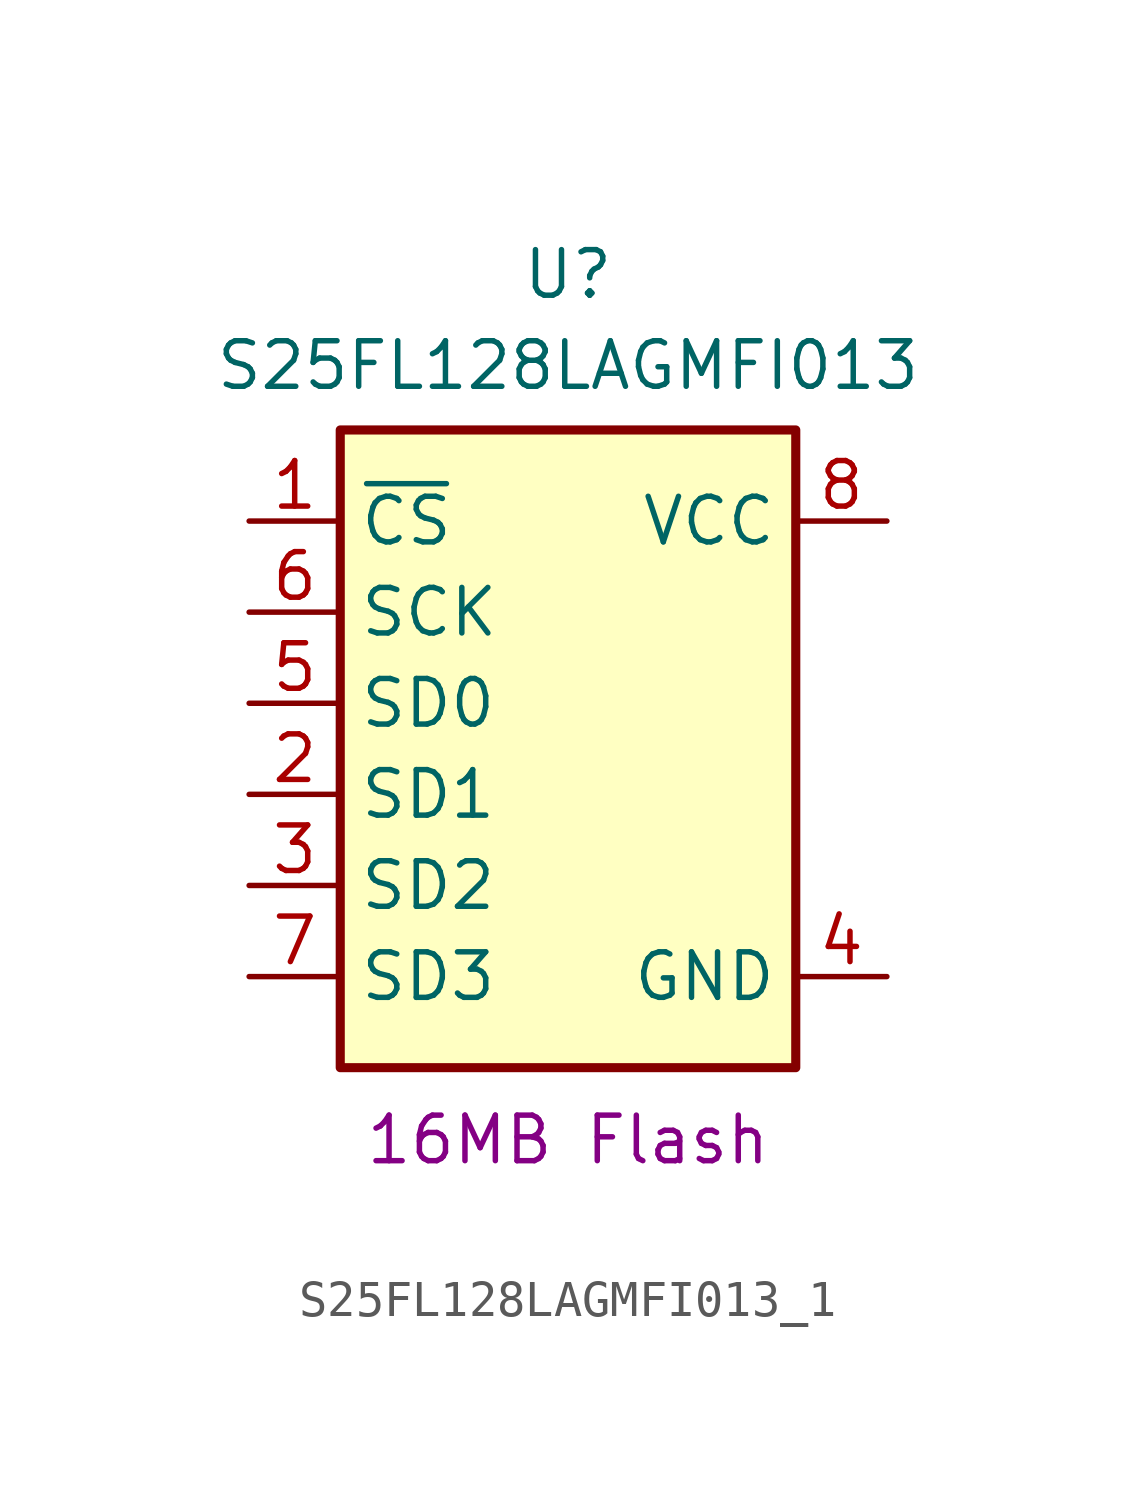
<source format=kicad_sym>
(kicad_symbol_lib
  (version 20241209)
  (generator "kicad_symbol_editor")
  (generator_version "9.0")
  (symbol "S25FL128LAGMFI013_1"
    (property "Reference" "U"
      (at 8.89 7.62 0)
      (effects (font (size 1.27 1.27)) (justify top)))
    (property "Value" "S25FL128LAGMFI013"
      (at 8.89 5.08 0)
      (effects (font (size 1.27 1.27)) (justify top)))
    (property "Description" "16MB Flash"
      (at 8.89 -16.51 0)
      (effects (font (size 1.27 1.27)) (justify top)))
    (symbol "S25FL128LAGMFI013_1_1_1"
      (rectangle (start 2.54 2.54) (end 15.24 -15.24) (stroke (width 0.254) (type default)) (fill (type background)))
      (pin passive line (at 0 0 0) (length 2.54) (name "~{CS}" (effects (font (size 1.27 1.27)))) (number "1" (effects (font (size 1.27 1.27)))))
      (pin passive line (at 0 -2.54 0) (length 2.54) (name "SCK" (effects (font (size 1.27 1.27)))) (number "6" (effects (font (size 1.27 1.27)))))
      (pin passive line (at 0 -5.08 0) (length 2.54) (name "SD0" (effects (font (size 1.27 1.27)))) (number "5" (effects (font (size 1.27 1.27)))))
      (pin passive line (at 0 -7.62 0) (length 2.54) (name "SD1" (effects (font (size 1.27 1.27)))) (number "2" (effects (font (size 1.27 1.27)))))
      (pin passive line (at 0 -10.16 0) (length 2.54) (name "SD2" (effects (font (size 1.27 1.27)))) (number "3" (effects (font (size 1.27 1.27)))))
      (pin passive line (at 0 -12.7 0) (length 2.54) (name "SD3" (effects (font (size 1.27 1.27)))) (number "7" (effects (font (size 1.27 1.27)))))
      (pin passive line (at 17.78 0 180) (length 2.54) (name "VCC" (effects (font (size 1.27 1.27)))) (number "8" (effects (font (size 1.27 1.27)))))
      (pin passive line (at 17.78 -12.7 180) (length 2.54) (name "GND" (effects (font (size 1.27 1.27)))) (number "4" (effects (font (size 1.27 1.27))))))))
</source>
